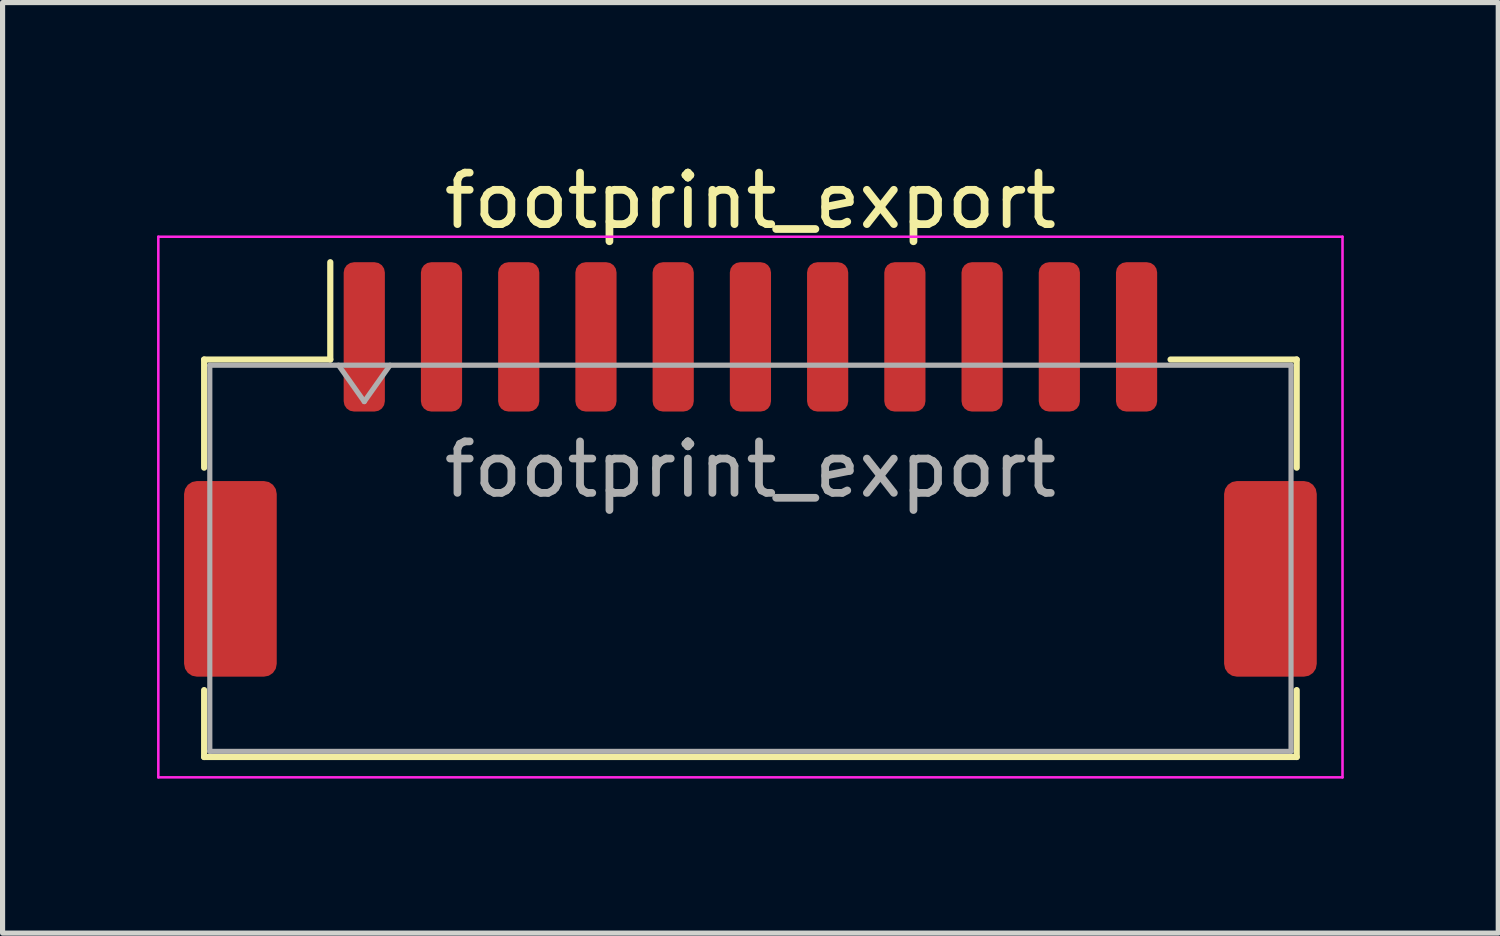
<source format=kicad_pcb>
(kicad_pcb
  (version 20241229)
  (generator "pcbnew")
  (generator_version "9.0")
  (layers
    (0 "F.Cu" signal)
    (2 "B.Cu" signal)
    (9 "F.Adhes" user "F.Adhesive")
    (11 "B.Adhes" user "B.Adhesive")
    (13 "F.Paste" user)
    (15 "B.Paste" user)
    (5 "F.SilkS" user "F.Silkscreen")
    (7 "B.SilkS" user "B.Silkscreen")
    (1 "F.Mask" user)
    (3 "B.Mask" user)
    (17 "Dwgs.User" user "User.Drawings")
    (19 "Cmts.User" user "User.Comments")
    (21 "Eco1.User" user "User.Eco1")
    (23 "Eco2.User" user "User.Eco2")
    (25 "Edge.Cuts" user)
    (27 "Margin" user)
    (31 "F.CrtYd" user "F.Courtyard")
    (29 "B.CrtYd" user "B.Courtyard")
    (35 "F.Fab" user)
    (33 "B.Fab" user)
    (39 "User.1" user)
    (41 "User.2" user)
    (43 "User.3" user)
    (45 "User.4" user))
  (footprint "footprint_export"
    (layer "F.Cu")
    (at 11.525 6.068)
    (property "Reference" "footprint_export" (at 0 -5.22 0) (layer "F.SilkS") (effects (font (size 1 1) (thickness 0.15))))
    (attr smd)
    (fp_line (start -10.61 -2.135) (end -8.16 -2.135) (stroke (width 0.12) (type solid)) (layer "F.SilkS"))
    (fp_line (start -10.61 -0.035) (end -10.61 -2.135) (stroke (width 0.12) (type solid)) (layer "F.SilkS"))
    (fp_line (start -10.61 4.285) (end -10.61 5.585) (stroke (width 0.12) (type solid)) (layer "F.SilkS"))
    (fp_line (start -10.61 5.585) (end 10.61 5.585) (stroke (width 0.12) (type solid)) (layer "F.SilkS"))
    (fp_line (start -8.16 -2.135) (end -8.16 -4.025) (stroke (width 0.12) (type solid)) (layer "F.SilkS"))
    (fp_line (start 10.61 -2.135) (end 8.16 -2.135) (stroke (width 0.12) (type solid)) (layer "F.SilkS"))
    (fp_line (start 10.61 -0.035) (end 10.61 -2.135) (stroke (width 0.12) (type solid)) (layer "F.SilkS"))
    (fp_line (start 10.61 5.585) (end 10.61 4.285) (stroke (width 0.12) (type solid)) (layer "F.SilkS"))
    (fp_line (start -11.5 -4.52) (end -11.5 5.98) (stroke (width 0.05) (type solid)) (layer "F.CrtYd"))
    (fp_line (start -11.5 5.98) (end 11.5 5.98) (stroke (width 0.05) (type solid)) (layer "F.CrtYd"))
    (fp_line (start 11.5 -4.52) (end -11.5 -4.52) (stroke (width 0.05) (type solid)) (layer "F.CrtYd"))
    (fp_line (start 11.5 5.98) (end 11.5 -4.52) (stroke (width 0.05) (type solid)) (layer "F.CrtYd"))
    (fp_line (start -10.5 -2.025) (end -10.5 5.475) (stroke (width 0.1) (type solid)) (layer "F.Fab"))
    (fp_line (start -10.5 -2.025) (end 10.5 -2.025) (stroke (width 0.1) (type solid)) (layer "F.Fab"))
    (fp_line (start -10.5 5.475) (end 10.5 5.475) (stroke (width 0.1) (type solid)) (layer "F.Fab"))
    (fp_line (start -8 -2.025) (end -7.5 -1.318) (stroke (width 0.1) (type solid)) (layer "F.Fab"))
    (fp_line (start -7.5 -1.318) (end -7 -2.025) (stroke (width 0.1) (type solid)) (layer "F.Fab"))
    (fp_line (start 10.5 -2.025) (end 10.5 5.475) (stroke (width 0.1) (type solid)) (layer "F.Fab"))
    (fp_text user "${REFERENCE}" (at 0 0 0) (layer "F.Fab") (effects (font (size 1 1) (thickness 0.15))))
    (pad "1" smd roundrect (at -7.5 -2.575) (size 0.8 2.9) (layers "F.Cu" "F.Mask" "F.Paste") (roundrect_rratio 0.25))
    (pad "2" smd roundrect (at -6 -2.575) (size 0.8 2.9) (layers "F.Cu" "F.Mask" "F.Paste") (roundrect_rratio 0.25))
    (pad "3" smd roundrect (at -4.5 -2.575) (size 0.8 2.9) (layers "F.Cu" "F.Mask" "F.Paste") (roundrect_rratio 0.25))
    (pad "4" smd roundrect (at -3 -2.575) (size 0.8 2.9) (layers "F.Cu" "F.Mask" "F.Paste") (roundrect_rratio 0.25))
    (pad "5" smd roundrect (at -1.5 -2.575) (size 0.8 2.9) (layers "F.Cu" "F.Mask" "F.Paste") (roundrect_rratio 0.25))
    (pad "6" smd roundrect (at 0 -2.575) (size 0.8 2.9) (layers "F.Cu" "F.Mask" "F.Paste") (roundrect_rratio 0.25))
    (pad "7" smd roundrect (at 1.5 -2.575) (size 0.8 2.9) (layers "F.Cu" "F.Mask" "F.Paste") (roundrect_rratio 0.25))
    (pad "8" smd roundrect (at 3 -2.575) (size 0.8 2.9) (layers "F.Cu" "F.Mask" "F.Paste") (roundrect_rratio 0.25))
    (pad "9" smd roundrect (at 4.5 -2.575) (size 0.8 2.9) (layers "F.Cu" "F.Mask" "F.Paste") (roundrect_rratio 0.25))
    (pad "10" smd roundrect (at 6 -2.575) (size 0.8 2.9) (layers "F.Cu" "F.Mask" "F.Paste") (roundrect_rratio 0.25))
    (pad "11" smd roundrect (at 7.5 -2.575) (size 0.8 2.9) (layers "F.Cu" "F.Mask" "F.Paste") (roundrect_rratio 0.25))
    (pad "MP" smd roundrect (at -10.1 2.125) (size 1.8 3.8) (layers "F.Cu" "F.Mask" "F.Paste") (roundrect_rratio 0.139))
    (pad "MP" smd roundrect (at 10.1 2.125) (size 1.8 3.8) (layers "F.Cu" "F.Mask" "F.Paste") (roundrect_rratio 0.139)))
  (gr_rect
    (start -3 -3)
    (end 26.05 15.073)
    (stroke (width 0.1) (type default))
    (fill no)
    (layer "Edge.Cuts")))
</source>
